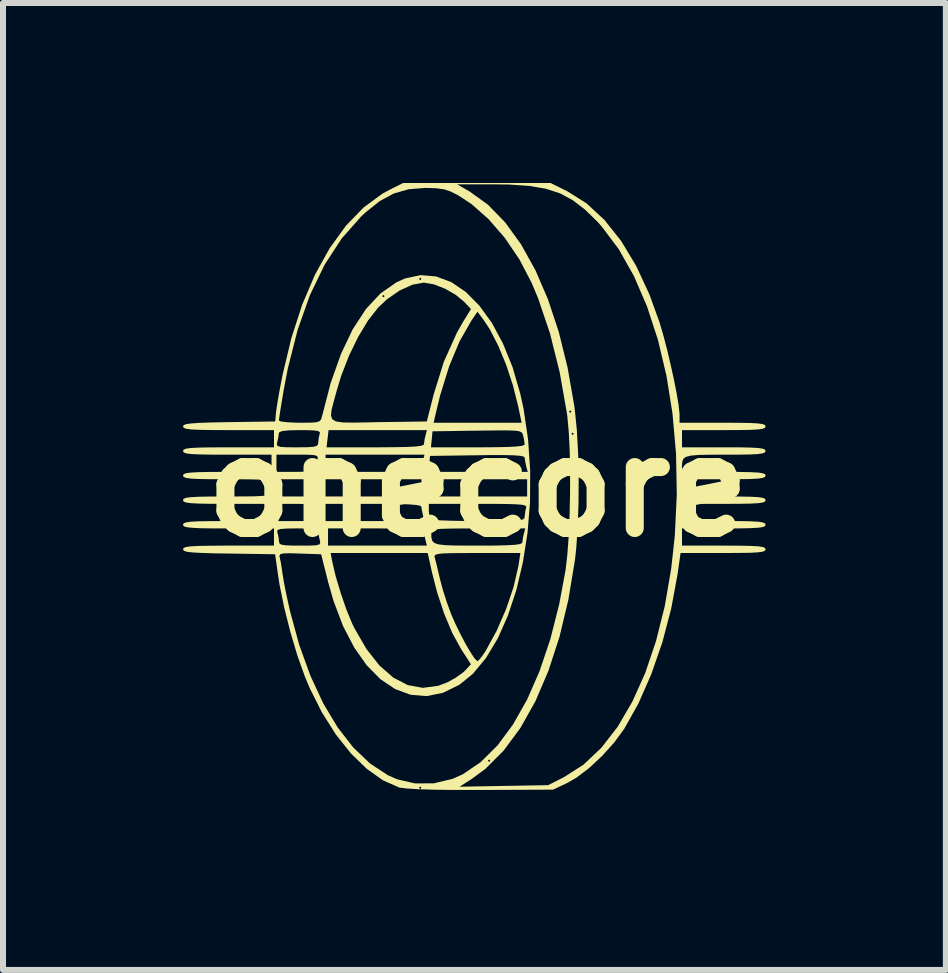
<source format=kicad_pcb>
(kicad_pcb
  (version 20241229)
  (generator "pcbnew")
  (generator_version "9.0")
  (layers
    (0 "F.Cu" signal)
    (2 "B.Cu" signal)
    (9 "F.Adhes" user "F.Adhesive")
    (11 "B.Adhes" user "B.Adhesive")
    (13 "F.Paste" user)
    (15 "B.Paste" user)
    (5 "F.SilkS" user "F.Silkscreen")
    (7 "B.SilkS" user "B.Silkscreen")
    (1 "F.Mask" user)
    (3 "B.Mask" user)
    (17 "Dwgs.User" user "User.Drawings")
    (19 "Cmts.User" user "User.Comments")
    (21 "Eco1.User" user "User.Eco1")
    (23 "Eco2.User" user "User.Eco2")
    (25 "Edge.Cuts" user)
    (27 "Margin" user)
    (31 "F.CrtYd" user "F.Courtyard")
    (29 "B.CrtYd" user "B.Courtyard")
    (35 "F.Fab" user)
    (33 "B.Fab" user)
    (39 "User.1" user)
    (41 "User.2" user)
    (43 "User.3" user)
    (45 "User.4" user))
  (footprint "onecore"
    (layer "F.Cu")
    (at 4.916 5.06)
    (property "Reference" "onecore" (at 0 0 0) (layer "F.SilkS") (effects (font (size 1.524 1.524) (thickness 0.3))))
    (attr board_only exclude_from_pos_files exclude_from_bom)
    (fp_poly (pts (xy 1.491 -4.921) (xy 1.809 -4.721) (xy 2.108 -4.444) (xy 2.385 -4.095) (xy 2.636 -3.679) (xy 2.859 -3.198) (xy 3.027 -2.732) (xy 3.086 -2.532) (xy 3.148 -2.296) (xy 3.208 -2.043) (xy 3.264 -1.79) (xy 3.31 -1.557) (xy 3.343 -1.361) (xy 3.358 -1.22) (xy 3.359 -1.193) (xy 3.359 -1.065) (xy 4.076 -1.065) (xy 4.339 -1.064) (xy 4.53 -1.061) (xy 4.66 -1.054) (xy 4.74 -1.043) (xy 4.781 -1.028) (xy 4.793 -1.005) (xy 4.793 -1.004) (xy 4.783 -0.981) (xy 4.744 -0.964) (xy 4.666 -0.953) (xy 4.537 -0.946) (xy 4.349 -0.943) (xy 4.097 -0.942) (xy 3.4 -0.942) (xy 3.4 -0.655) (xy 4.097 -0.655) (xy 4.355 -0.655) (xy 4.542 -0.651) (xy 4.668 -0.644) (xy 4.745 -0.633) (xy 4.783 -0.616) (xy 4.793 -0.594) (xy 4.782 -0.571) (xy 4.743 -0.554) (xy 4.664 -0.543) (xy 4.534 -0.536) (xy 4.342 -0.533) (xy 4.122 -0.533) (xy 3.863 -0.532) (xy 3.675 -0.528) (xy 3.546 -0.517) (xy 3.466 -0.496) (xy 3.422 -0.463) (xy 3.404 -0.412) (xy 3.4 -0.342) (xy 3.4 -0.324) (xy 3.405 -0.296) (xy 3.425 -0.275) (xy 3.474 -0.261) (xy 3.561 -0.252) (xy 3.699 -0.248) (xy 3.899 -0.246) (xy 4.097 -0.246) (xy 4.355 -0.245) (xy 4.542 -0.241) (xy 4.668 -0.235) (xy 4.745 -0.223) (xy 4.783 -0.207) (xy 4.793 -0.184) (xy 4.783 -0.162) (xy 4.744 -0.145) (xy 4.666 -0.134) (xy 4.537 -0.127) (xy 4.349 -0.124) (xy 4.097 -0.123) (xy 3.4 -0.123) (xy 3.4 0.164) (xy 4.097 0.164) (xy 4.355 0.165) (xy 4.542 0.168) (xy 4.668 0.175) (xy 4.745 0.186) (xy 4.783 0.203) (xy 4.793 0.225) (xy 4.783 0.248) (xy 4.743 0.265) (xy 4.665 0.276) (xy 4.536 0.283) (xy 4.347 0.286) (xy 4.104 0.287) (xy 3.415 0.287) (xy 3.418 0.43) (xy 3.421 0.573) (xy 4.107 0.573) (xy 4.363 0.574) (xy 4.548 0.578) (xy 4.672 0.585) (xy 4.748 0.597) (xy 4.784 0.614) (xy 4.793 0.635) (xy 4.783 0.658) (xy 4.744 0.674) (xy 4.666 0.685) (xy 4.537 0.692) (xy 4.349 0.696) (xy 4.097 0.696) (xy 3.4 0.696) (xy 3.4 0.983) (xy 4.097 0.983) (xy 4.355 0.984) (xy 4.542 0.988) (xy 4.668 0.994) (xy 4.745 1.006) (xy 4.783 1.022) (xy 4.793 1.045) (xy 4.783 1.067) (xy 4.744 1.084) (xy 4.666 1.095) (xy 4.539 1.102) (xy 4.352 1.105) (xy 4.094 1.106) (xy 4.084 1.106) (xy 3.376 1.106) (xy 3.325 1.465) (xy 3.22 2.033) (xy 3.073 2.592) (xy 2.888 3.126) (xy 2.673 3.615) (xy 2.438 4.035) (xy 2.272 4.261) (xy 2.072 4.485) (xy 1.855 4.687) (xy 1.643 4.849) (xy 1.492 4.936) (xy 1.251 5.05) (xy 0.047 5.055) (xy -0.382 5.055) (xy -0.733 5.051) (xy -1.005 5.042) (xy -1.197 5.03) (xy -1.281 5.019) (xy -0.983 5.019) (xy -0.963 5.039) (xy -0.942 5.019) (xy -0.963 4.998) (xy -0.983 5.019) (xy -1.281 5.019) (xy -1.309 5.015) (xy -1.316 5.013) (xy -1.585 4.894) (xy -1.855 4.702) (xy -2.119 4.445) (xy -2.37 4.129) (xy -2.601 3.763) (xy -2.806 3.355) (xy -2.884 3.168) (xy -3.009 2.818) (xy -3.127 2.422) (xy -3.23 2.014) (xy -3.308 1.63) (xy -3.329 1.494) (xy -3.381 1.127) (xy -4.149 1.115) (xy -4.422 1.111) (xy -4.569 1.106) (xy -2.456 1.106) (xy -2.431 1.239) (xy -2.373 1.488) (xy -2.29 1.767) (xy -2.195 2.043) (xy -2.097 2.282) (xy -2.063 2.352) (xy -1.861 2.703) (xy -1.643 2.98) (xy -1.412 3.182) (xy -1.171 3.307) (xy -0.921 3.353) (xy -0.666 3.32) (xy -0.512 3.262) (xy -0.376 3.187) (xy -0.257 3.103) (xy -0.213 3.063) (xy -0.118 2.96) (xy -0.281 2.708) (xy -0.427 2.443) (xy -0.564 2.117) (xy -0.684 1.752) (xy -0.763 1.444) (xy -0.827 1.158) (xy -0.725 1.158) (xy -0.722 1.178) (xy -0.702 1.253) (xy -0.671 1.38) (xy -0.636 1.531) (xy -0.587 1.715) (xy -0.519 1.929) (xy -0.448 2.123) (xy -0.377 2.286) (xy -0.293 2.458) (xy -0.206 2.623) (xy -0.123 2.763) (xy -0.056 2.864) (xy -0.011 2.908) (xy -0.007 2.909) (xy 0.028 2.877) (xy 0.089 2.796) (xy 0.129 2.735) (xy 0.31 2.404) (xy 0.469 2.039) (xy 0.593 1.672) (xy 0.672 1.329) (xy 0.677 1.301) (xy 0.706 1.106) (xy -0.019 1.106) (xy -0.278 1.107) (xy -0.467 1.109) (xy -0.595 1.114) (xy -0.674 1.123) (xy -0.713 1.138) (xy -0.725 1.158) (xy -0.827 1.158) (xy -0.839 1.106) (xy -2.456 1.106) (xy -4.569 1.106) (xy -4.624 1.104) (xy -4.764 1.096) (xy -4.853 1.085) (xy -4.9 1.069) (xy -4.916 1.048) (xy -4.916 1.044) (xy -4.905 1.022) (xy -4.866 1.006) (xy -4.788 0.995) (xy -4.661 0.988) (xy -4.475 0.985) (xy -4.219 0.983) (xy -4.158 0.983) (xy -3.4 0.983) (xy -3.4 0.748) (xy -3.347 0.748) (xy -3.343 0.761) (xy -3.321 0.859) (xy -3.318 0.905) (xy -3.311 0.943) (xy -3.279 0.966) (xy -3.206 0.978) (xy -3.076 0.983) (xy -2.965 0.983) (xy -2.499 0.983) (xy -0.851 0.983) (xy -0.875 0.891) (xy -0.896 0.796) (xy -0.898 0.775) (xy -0.778 0.775) (xy -0.777 0.847) (xy -0.764 0.9) (xy -0.73 0.937) (xy -0.663 0.961) (xy -0.553 0.975) (xy -0.389 0.981) (xy -0.16 0.983) (xy 0.004 0.983) (xy 0.281 0.982) (xy 0.484 0.977) (xy 0.622 0.969) (xy 0.703 0.956) (xy 0.736 0.939) (xy 0.738 0.932) (xy 0.749 0.853) (xy 0.763 0.789) (xy 0.788 0.696) (xy 0.005 0.696) (xy -0.267 0.697) (xy -0.467 0.699) (xy -0.607 0.703) (xy -0.697 0.712) (xy -0.749 0.725) (xy -0.772 0.743) (xy -0.778 0.769) (xy -0.778 0.775) (xy -0.898 0.775) (xy -0.901 0.748) (xy -0.92 0.729) (xy -0.984 0.715) (xy -1.101 0.706) (xy -1.278 0.7) (xy -1.525 0.697) (xy -1.7 0.696) (xy -2.499 0.696) (xy -2.499 0.983) (xy -2.965 0.983) (xy -2.796 0.982) (xy -2.693 0.977) (xy -2.642 0.962) (xy -2.629 0.935) (xy -2.637 0.891) (xy -2.657 0.796) (xy -2.662 0.748) (xy -2.69 0.721) (xy -2.777 0.704) (xy -2.934 0.697) (xy -3.016 0.696) (xy -3.186 0.698) (xy -3.289 0.706) (xy -3.338 0.721) (xy -3.347 0.748) (xy -3.4 0.748) (xy -3.4 0.696) (xy -4.158 0.696) (xy -4.429 0.696) (xy -4.628 0.693) (xy -4.766 0.686) (xy -4.853 0.676) (xy -4.899 0.662) (xy -4.916 0.641) (xy -4.916 0.635) (xy -4.906 0.613) (xy -4.868 0.597) (xy -4.791 0.585) (xy -4.666 0.578) (xy -4.482 0.575) (xy -4.228 0.574) (xy -4.179 0.574) (xy -3.441 0.574) (xy -3.359 0.574) (xy -3.006 0.574) (xy -2.54 0.574) (xy -0.892 0.574) (xy -0.916 0.481) (xy -0.933 0.403) (xy -0.819 0.403) (xy -0.811 0.497) (xy -0.792 0.546) (xy -0.744 0.555) (xy -0.628 0.562) (xy -0.456 0.568) (xy -0.242 0.572) (xy 0.001 0.574) (xy 0.007 0.574) (xy 0.276 0.573) (xy 0.474 0.571) (xy 0.612 0.567) (xy 0.701 0.558) (xy 0.751 0.545) (xy 0.773 0.525) (xy 0.778 0.499) (xy 0.778 0.495) (xy 0.791 0.392) (xy 0.803 0.352) (xy 0.804 0.329) (xy 0.782 0.313) (xy 0.726 0.301) (xy 0.626 0.294) (xy 0.473 0.289) (xy 0.257 0.287) (xy 0.004 0.287) (xy -0.819 0.287) (xy -0.819 0.403) (xy -0.933 0.403) (xy -0.937 0.386) (xy -0.942 0.338) (xy -0.961 0.319) (xy -1.025 0.306) (xy -1.142 0.296) (xy -1.319 0.29) (xy -1.566 0.287) (xy -1.741 0.287) (xy -2.54 0.287) (xy -2.54 0.574) (xy -3.006 0.574) (xy -2.837 0.573) (xy -2.734 0.567) (xy -2.683 0.553) (xy -2.67 0.525) (xy -2.678 0.481) (xy -2.698 0.386) (xy -2.703 0.338) (xy -2.732 0.31) (xy -2.823 0.293) (xy -2.985 0.287) (xy -3.032 0.287) (xy -3.359 0.287) (xy -3.359 0.574) (xy -3.441 0.574) (xy -3.441 0.287) (xy -4.179 0.287) (xy -4.445 0.286) (xy -4.64 0.283) (xy -4.774 0.276) (xy -4.858 0.266) (xy -4.902 0.251) (xy -4.916 0.229) (xy -4.916 0.225) (xy -4.906 0.203) (xy -4.868 0.187) (xy -4.791 0.176) (xy -4.666 0.169) (xy -4.481 0.165) (xy -4.226 0.164) (xy -4.183 0.164) (xy -3.359 0.164) (xy -2.704 0.164) (xy -2.54 0.164) (xy -0.942 0.164) (xy -0.819 0.164) (xy 0.819 0.164) (xy 0.819 -0.123) (xy -0.819 -0.123) (xy -0.819 0.164) (xy -0.942 0.164) (xy -0.942 -0.123) (xy -2.54 -0.123) (xy -2.54 0.164) (xy -2.704 0.164) (xy -2.704 -0.123) (xy -3.359 -0.123) (xy -3.359 0.164) (xy -4.183 0.164) (xy -3.92 0.163) (xy -3.728 0.161) (xy -3.595 0.155) (xy -3.51 0.145) (xy -3.462 0.13) (xy -3.44 0.108) (xy -3.434 0.092) (xy -3.427 -0.012) (xy -3.432 -0.051) (xy -3.444 -0.077) (xy -3.475 -0.096) (xy -3.536 -0.109) (xy -3.638 -0.117) (xy -3.793 -0.121) (xy -4.012 -0.123) (xy -4.182 -0.123) (xy -4.448 -0.124) (xy -4.642 -0.127) (xy -4.776 -0.133) (xy -4.859 -0.144) (xy -4.902 -0.159) (xy -4.916 -0.181) (xy -4.916 -0.184) (xy -4.906 -0.207) (xy -4.868 -0.223) (xy -4.791 -0.234) (xy -4.666 -0.241) (xy -4.482 -0.245) (xy -4.228 -0.246) (xy -4.179 -0.246) (xy -3.441 -0.246) (xy -3.359 -0.246) (xy -3.032 -0.246) (xy -2.54 -0.246) (xy -1.741 -0.246) (xy -0.825 -0.246) (xy 0.829 -0.246) (xy 0.804 -0.338) (xy 0.784 -0.434) (xy 0.779 -0.482) (xy 0.761 -0.501) (xy 0.703 -0.514) (xy 0.596 -0.522) (xy 0.431 -0.526) (xy 0.198 -0.526) (xy -0.01 -0.523) (xy -0.799 -0.512) (xy -0.825 -0.246) (xy -1.741 -0.246) (xy -1.452 -0.247) (xy -1.236 -0.251) (xy -1.085 -0.259) (xy -0.992 -0.27) (xy -0.948 -0.286) (xy -0.942 -0.297) (xy -0.931 -0.376) (xy -0.916 -0.44) (xy -0.892 -0.533) (xy -2.54 -0.533) (xy -2.54 -0.246) (xy -3.032 -0.246) (xy -2.853 -0.25) (xy -2.747 -0.264) (xy -2.705 -0.29) (xy -2.703 -0.297) (xy -2.693 -0.376) (xy -2.678 -0.44) (xy -2.67 -0.485) (xy -2.684 -0.512) (xy -2.735 -0.526) (xy -2.838 -0.532) (xy -3.006 -0.533) (xy -3.359 -0.533) (xy -3.359 -0.246) (xy -3.441 -0.246) (xy -3.441 -0.533) (xy -4.179 -0.533) (xy -4.445 -0.533) (xy -4.64 -0.537) (xy -4.774 -0.543) (xy -4.858 -0.553) (xy -4.902 -0.569) (xy -4.916 -0.59) (xy -4.916 -0.594) (xy -4.906 -0.616) (xy -4.868 -0.632) (xy -4.793 -0.643) (xy -4.669 -0.65) (xy -4.487 -0.654) (xy -4.236 -0.655) (xy -4.158 -0.655) (xy -3.4 -0.655) (xy -3.4 -0.703) (xy -3.353 -0.703) (xy -3.339 -0.676) (xy -3.287 -0.662) (xy -3.184 -0.656) (xy -3.016 -0.655) (xy -2.524 -0.655) (xy -1.712 -0.655) (xy -0.784 -0.655) (xy -0.003 -0.655) (xy 0.283 -0.657) (xy 0.495 -0.661) (xy 0.642 -0.669) (xy 0.732 -0.68) (xy 0.773 -0.696) (xy 0.778 -0.707) (xy 0.767 -0.786) (xy 0.752 -0.851) (xy 0.742 -0.884) (xy 0.722 -0.908) (xy 0.682 -0.924) (xy 0.611 -0.933) (xy 0.496 -0.937) (xy 0.326 -0.937) (xy 0.09 -0.934) (xy -0.015 -0.933) (xy -0.758 -0.922) (xy -0.771 -0.789) (xy -0.784 -0.655) (xy -1.712 -0.655) (xy -1.42 -0.657) (xy -1.202 -0.661) (xy -1.049 -0.668) (xy -0.954 -0.679) (xy -0.908 -0.695) (xy -0.901 -0.707) (xy -0.89 -0.786) (xy -0.875 -0.85) (xy -0.851 -0.942) (xy -2.49 -0.942) (xy -2.507 -0.799) (xy -2.524 -0.655) (xy -3.016 -0.655) (xy -2.845 -0.657) (xy -2.74 -0.664) (xy -2.685 -0.681) (xy -2.665 -0.709) (xy -2.663 -0.734) (xy -2.65 -0.837) (xy -2.638 -0.877) (xy -2.636 -0.909) (xy -2.669 -0.928) (xy -2.75 -0.938) (xy -2.895 -0.942) (xy -2.966 -0.942) (xy -3.152 -0.938) (xy -3.265 -0.926) (xy -3.315 -0.903) (xy -3.319 -0.891) (xy -3.33 -0.812) (xy -3.344 -0.748) (xy -3.353 -0.703) (xy -3.4 -0.703) (xy -3.4 -0.942) (xy -4.158 -0.942) (xy -4.429 -0.943) (xy -4.629 -0.946) (xy -4.767 -0.952) (xy -4.854 -0.963) (xy -4.9 -0.978) (xy -4.916 -0.998) (xy -4.916 -1.003) (xy -4.905 -1.025) (xy -4.864 -1.041) (xy -4.784 -1.053) (xy -4.654 -1.062) (xy -4.464 -1.069) (xy -4.205 -1.074) (xy -4.148 -1.075) (xy -3.38 -1.086) (xy -3.378 -1.102) (xy -3.318 -1.102) (xy -3.281 -1.085) (xy -3.18 -1.073) (xy -3.034 -1.066) (xy -2.971 -1.065) (xy -0.739 -1.065) (xy 0.727 -1.065) (xy 0.671 -1.334) (xy 0.583 -1.685) (xy 0.469 -2.031) (xy 0.337 -2.349) (xy 0.197 -2.622) (xy 0.093 -2.779) (xy -0.009 -2.915) (xy -0.112 -2.763) (xy -0.307 -2.422) (xy -0.481 -2.005) (xy -0.632 -1.517) (xy -0.714 -1.178) (xy -0.739 -1.065) (xy -2.971 -1.065) (xy -2.802 -1.066) (xy -2.698 -1.072) (xy -2.641 -1.09) (xy -2.614 -1.123) (xy -2.599 -1.177) (xy -2.598 -1.178) (xy -2.596 -1.185) (xy -2.45 -1.185) (xy -2.428 -1.122) (xy -2.364 -1.086) (xy -2.25 -1.07) (xy -2.077 -1.067) (xy -1.836 -1.071) (xy -1.655 -1.075) (xy -0.853 -1.086) (xy -0.739 -1.536) (xy -0.569 -2.082) (xy -0.352 -2.565) (xy -0.243 -2.756) (xy -0.117 -2.96) (xy -0.233 -3.083) (xy -0.373 -3.198) (xy -0.552 -3.3) (xy -0.738 -3.372) (xy -0.9 -3.4) (xy -0.901 -3.4) (xy -1.094 -3.365) (xy -1.305 -3.269) (xy -1.517 -3.122) (xy -1.663 -2.985) (xy -1.831 -2.771) (xy -1.997 -2.496) (xy -2.15 -2.181) (xy -2.28 -1.846) (xy -2.355 -1.598) (xy -2.405 -1.416) (xy -2.44 -1.281) (xy -2.45 -1.185) (xy -2.596 -1.185) (xy -2.454 -1.731) (xy -2.283 -2.213) (xy -2.087 -2.624) (xy -1.867 -2.96) (xy -1.667 -3.175) (xy -1.598 -3.175) (xy -1.577 -3.155) (xy -1.557 -3.175) (xy -1.577 -3.195) (xy -1.598 -3.175) (xy -1.667 -3.175) (xy -1.623 -3.221) (xy -1.358 -3.406) (xy -1.232 -3.462) (xy -0.983 -3.462) (xy -0.963 -3.441) (xy -0.942 -3.462) (xy -0.963 -3.482) (xy -0.983 -3.462) (xy -1.232 -3.462) (xy -1.216 -3.469) (xy -0.955 -3.525) (xy -0.697 -3.503) (xy -0.445 -3.408) (xy -0.204 -3.245) (xy 0.022 -3.017) (xy 0.231 -2.729) (xy 0.416 -2.386) (xy 0.576 -1.991) (xy 0.704 -1.55) (xy 0.759 -1.3) (xy 0.835 -0.785) (xy 0.87 -0.263) (xy 0.867 0.257) (xy 0.826 0.766) (xy 0.749 1.257) (xy 0.64 1.72) (xy 0.499 2.147) (xy 0.33 2.529) (xy 0.133 2.856) (xy -0.088 3.122) (xy -0.312 3.303) (xy -0.584 3.436) (xy -0.856 3.491) (xy -1.122 3.469) (xy -1.38 3.374) (xy -1.625 3.21) (xy -1.854 2.978) (xy -2.063 2.681) (xy -2.249 2.324) (xy -2.407 1.907) (xy -2.496 1.596) (xy -2.614 1.127) (xy -2.969 1.115) (xy -3.14 1.11) (xy -3.244 1.113) (xy -3.295 1.126) (xy -3.309 1.151) (xy -3.305 1.176) (xy -3.287 1.259) (xy -3.267 1.386) (xy -3.257 1.454) (xy -3.236 1.584) (xy -3.201 1.764) (xy -3.157 1.966) (xy -3.131 2.082) (xy -2.978 2.642) (xy -2.792 3.154) (xy -2.579 3.612) (xy -2.339 4.012) (xy -2.078 4.348) (xy -1.798 4.615) (xy -1.502 4.809) (xy -1.346 4.878) (xy -1.048 4.946) (xy -0.735 4.944) (xy -0.427 4.871) (xy -0.254 4.794) (xy 0.045 4.591) (xy 0.068 4.568) (xy 0.164 4.568) (xy 0.184 4.588) (xy 0.205 4.568) (xy 0.184 4.547) (xy 0.164 4.568) (xy 0.068 4.568) (xy 0.326 4.312) (xy 0.584 3.963) (xy 0.819 3.548) (xy 1.027 3.072) (xy 1.206 2.54) (xy 1.354 1.957) (xy 1.459 1.393) (xy 1.488 1.144) (xy 1.511 0.836) (xy 1.526 0.487) (xy 1.534 0.118) (xy 1.535 -0.252) (xy 1.528 -0.603) (xy 1.514 -0.881) (xy 1.557 -0.881) (xy 1.577 -0.86) (xy 1.598 -0.881) (xy 1.577 -0.901) (xy 1.557 -0.881) (xy 1.514 -0.881) (xy 1.512 -0.915) (xy 1.489 -1.169) (xy 1.484 -1.209) (xy 1.477 -1.25) (xy 1.516 -1.25) (xy 1.536 -1.229) (xy 1.557 -1.25) (xy 1.536 -1.27) (xy 1.516 -1.25) (xy 1.477 -1.25) (xy 1.361 -1.908) (xy 1.2 -2.553) (xy 1.003 -3.136) (xy 0.896 -3.392) (xy 0.692 -3.784) (xy 0.449 -4.143) (xy 0.178 -4.456) (xy -0.109 -4.71) (xy -0.33 -4.855) (xy -0.458 -4.919) (xy -0.57 -4.956) (xy -0.699 -4.973) (xy -0.877 -4.978) (xy -0.881 -4.978) (xy -1.157 -4.956) (xy -1.404 -4.885) (xy -1.639 -4.758) (xy -1.88 -4.565) (xy -1.949 -4.5) (xy -2.272 -4.135) (xy -2.556 -3.699) (xy -2.801 -3.192) (xy -3.005 -2.616) (xy -3.169 -1.971) (xy -3.239 -1.606) (xy -3.27 -1.418) (xy -3.296 -1.26) (xy -3.313 -1.148) (xy -3.318 -1.102) (xy -3.378 -1.102) (xy -3.367 -1.229) (xy -3.354 -1.325) (xy -3.329 -1.48) (xy -3.294 -1.672) (xy -3.255 -1.87) (xy -3.11 -2.477) (xy -2.93 -3.032) (xy -2.717 -3.532) (xy -2.473 -3.972) (xy -2.202 -4.347) (xy -1.906 -4.653) (xy -1.588 -4.886) (xy -1.476 -4.946) (xy -1.292 -5.038) (xy -0.348 -5.038) (xy -0.142 -4.92) (xy 0.166 -4.699) (xy 0.454 -4.403) (xy 0.718 -4.037) (xy 0.957 -3.607) (xy 1.167 -3.119) (xy 1.347 -2.576) (xy 1.493 -1.985) (xy 1.604 -1.351) (xy 1.616 -1.258) (xy 1.648 -0.933) (xy 1.669 -0.552) (xy 1.678 -0.139) (xy 1.675 0.28) (xy 1.661 0.682) (xy 1.636 1.041) (xy 1.617 1.215) (xy 1.506 1.885) (xy 1.358 2.504) (xy 1.174 3.069) (xy 0.957 3.576) (xy 0.708 4.02) (xy 0.428 4.398) (xy 0.122 4.704) (xy -0.107 4.873) (xy -0.307 5.001) (xy 0.43 4.988) (xy 1.168 4.975) (xy 1.434 4.841) (xy 1.757 4.634) (xy 2.056 4.352) (xy 2.328 4.001) (xy 2.572 3.584) (xy 2.786 3.108) (xy 2.966 2.576) (xy 3.112 1.994) (xy 3.22 1.365) (xy 3.28 0.819) (xy 3.313 0.128) (xy 3.3 -0.552) (xy 3.242 -1.213) (xy 3.141 -1.847) (xy 2.999 -2.446) (xy 2.817 -3.003) (xy 2.599 -3.509) (xy 2.346 -3.957) (xy 2.059 -4.339) (xy 1.988 -4.417) (xy 1.781 -4.619) (xy 1.579 -4.774) (xy 1.367 -4.888) (xy 1.129 -4.965) (xy 0.85 -5.012) (xy 0.516 -5.035) (xy 0.266 -5.038) (xy -0.348 -5.038) (xy -1.292 -5.038) (xy -1.25 -5.06) (xy 1.21 -5.06)) (stroke (width 0) (type solid)) (fill yes) (layer "F.SilkS")))
  (gr_rect
    (start -3 -3)
    (end 12.713 13.114)
    (stroke (width 0.1) (type default))
    (fill no)
    (layer "Edge.Cuts")))
</source>
